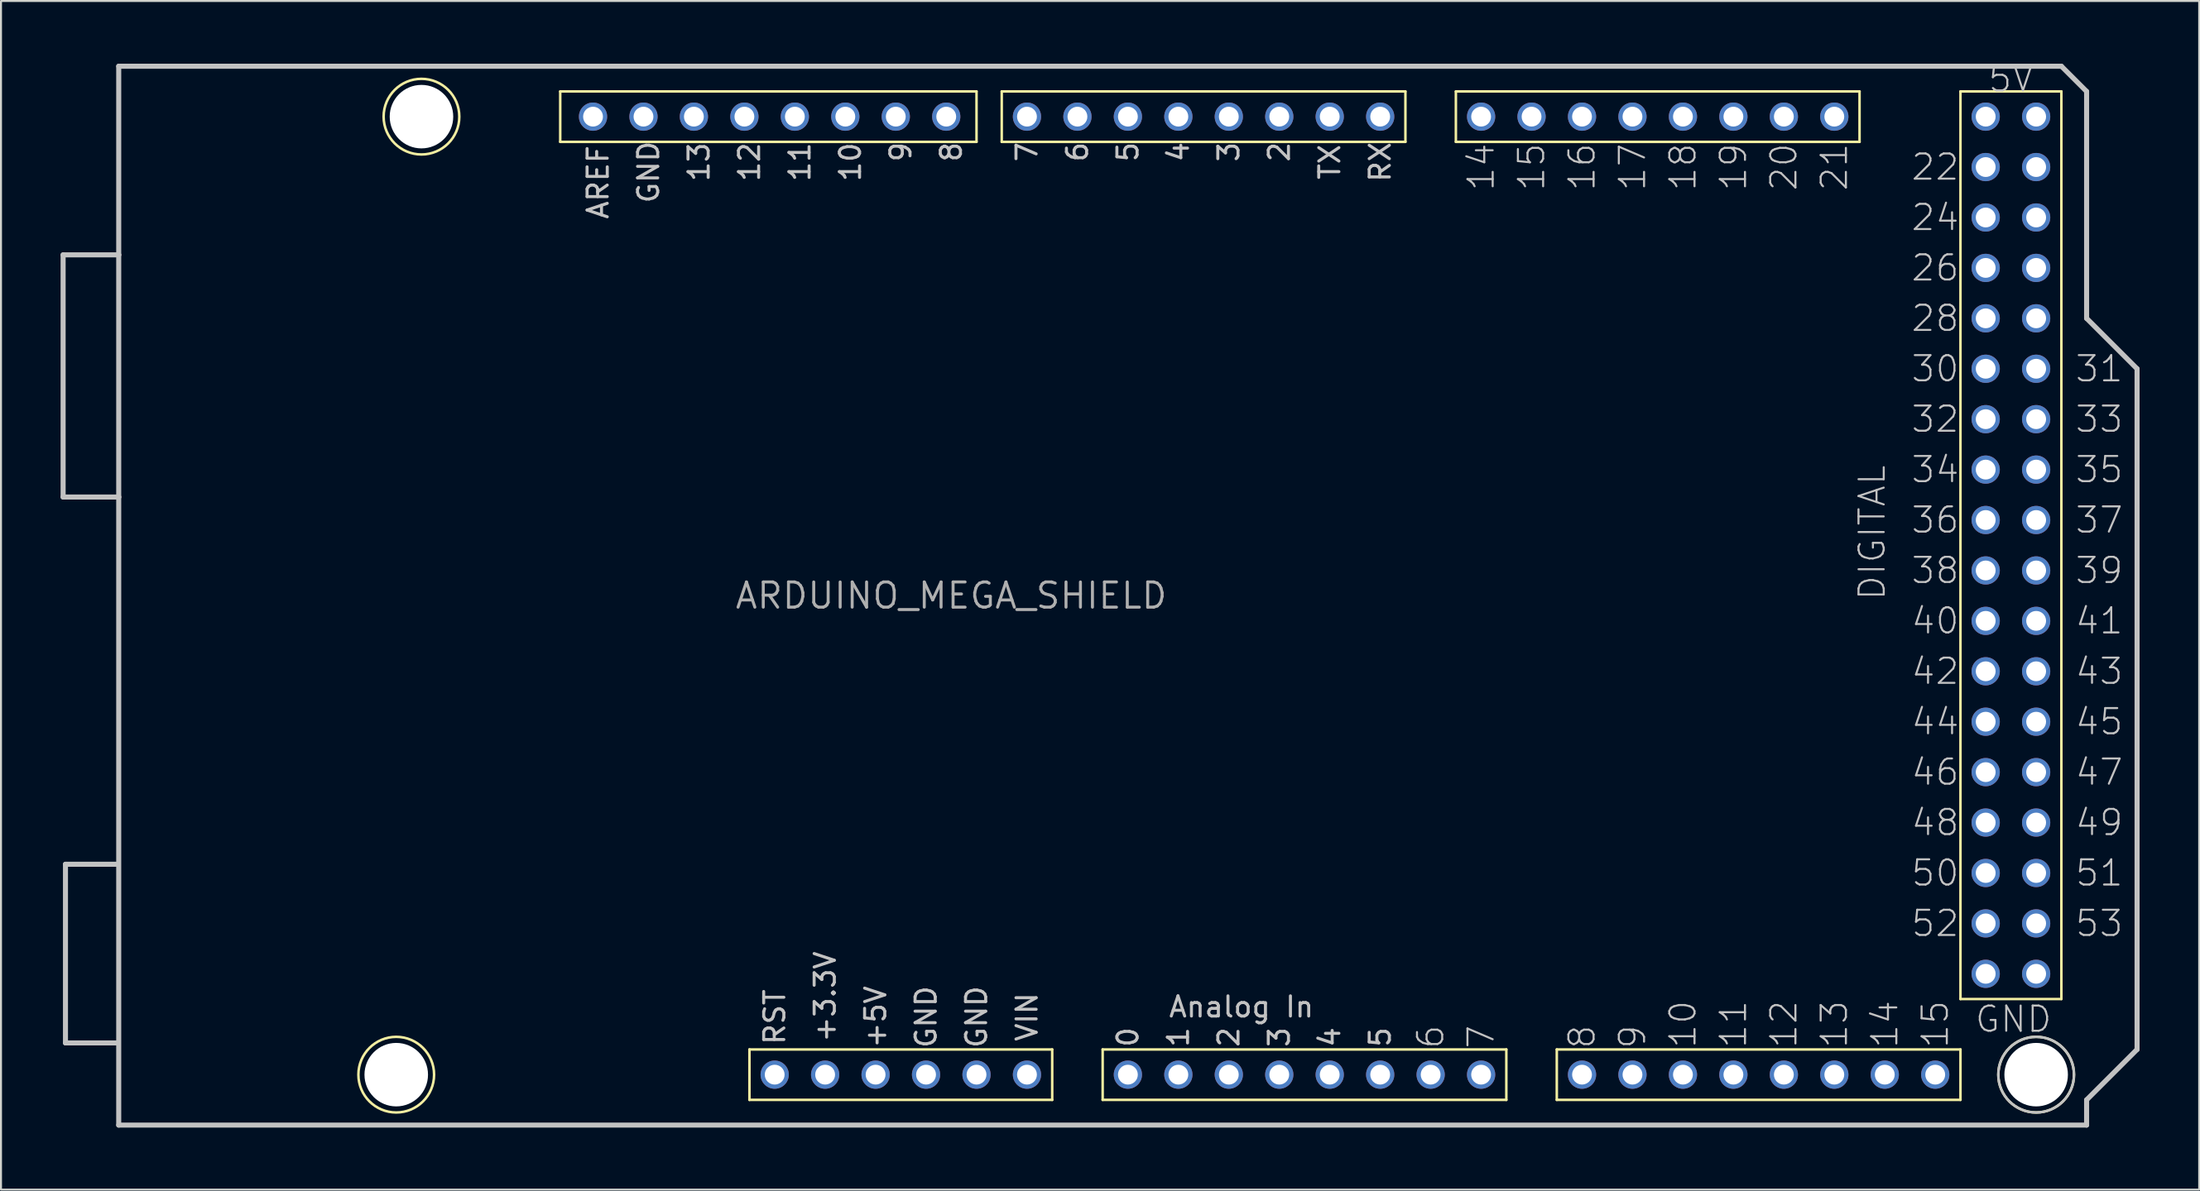
<source format=kicad_pcb>
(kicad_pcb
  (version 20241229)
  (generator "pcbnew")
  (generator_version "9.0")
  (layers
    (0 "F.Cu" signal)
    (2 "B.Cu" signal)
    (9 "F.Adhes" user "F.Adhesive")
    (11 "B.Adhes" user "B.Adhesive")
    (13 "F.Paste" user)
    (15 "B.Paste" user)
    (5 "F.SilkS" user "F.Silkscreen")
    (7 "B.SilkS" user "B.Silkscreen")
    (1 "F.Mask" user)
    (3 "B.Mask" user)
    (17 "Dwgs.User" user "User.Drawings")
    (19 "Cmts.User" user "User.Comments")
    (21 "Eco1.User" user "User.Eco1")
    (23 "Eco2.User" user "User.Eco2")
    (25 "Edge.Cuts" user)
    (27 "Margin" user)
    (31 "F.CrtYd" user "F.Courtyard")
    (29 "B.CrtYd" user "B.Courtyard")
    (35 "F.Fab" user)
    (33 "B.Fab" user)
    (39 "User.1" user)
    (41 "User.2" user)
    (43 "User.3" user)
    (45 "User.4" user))
  (footprint "ARDUINO_MEGA_SHIELD"
    (layer "F.Cu")
    (at 2.926 53.626)
    (property "Reference" "ARDUINO_MEGA_SHIELD" (at 41.91 -26.67 0) (layer "F.Fab") (effects (font (size 1.27 1.27) (thickness 0.15))))
    (attr through_hole)
    (fp_line (start 22.225 -52.07) (end 43.18 -52.07) (stroke (width 0.127) (type solid)) (layer "F.SilkS"))
    (fp_line (start 22.225 -49.53) (end 22.225 -52.07) (stroke (width 0.127) (type solid)) (layer "F.SilkS"))
    (fp_line (start 31.75 -3.81) (end 31.75 -1.27) (stroke (width 0.127) (type solid)) (layer "F.SilkS"))
    (fp_line (start 31.75 -1.27) (end 46.99 -1.27) (stroke (width 0.127) (type solid)) (layer "F.SilkS"))
    (fp_line (start 43.18 -52.07) (end 43.18 -49.53) (stroke (width 0.127) (type solid)) (layer "F.SilkS"))
    (fp_line (start 43.18 -49.53) (end 22.225 -49.53) (stroke (width 0.127) (type solid)) (layer "F.SilkS"))
    (fp_line (start 44.45 -52.07) (end 64.77 -52.07) (stroke (width 0.127) (type solid)) (layer "F.SilkS"))
    (fp_line (start 44.45 -49.53) (end 44.45 -52.07) (stroke (width 0.127) (type solid)) (layer "F.SilkS"))
    (fp_line (start 46.99 -3.81) (end 31.75 -3.81) (stroke (width 0.127) (type solid)) (layer "F.SilkS"))
    (fp_line (start 46.99 -1.27) (end 46.99 -3.81) (stroke (width 0.127) (type solid)) (layer "F.SilkS"))
    (fp_line (start 49.53 -3.81) (end 69.85 -3.81) (stroke (width 0.127) (type solid)) (layer "F.SilkS"))
    (fp_line (start 49.53 -1.27) (end 49.53 -3.81) (stroke (width 0.127) (type solid)) (layer "F.SilkS"))
    (fp_line (start 64.77 -52.07) (end 64.77 -49.53) (stroke (width 0.127) (type solid)) (layer "F.SilkS"))
    (fp_line (start 64.77 -49.53) (end 44.45 -49.53) (stroke (width 0.127) (type solid)) (layer "F.SilkS"))
    (fp_line (start 67.31 -52.07) (end 67.31 -49.53) (stroke (width 0.127) (type solid)) (layer "F.SilkS"))
    (fp_line (start 67.31 -52.07) (end 87.63 -52.07) (stroke (width 0.127) (type solid)) (layer "F.SilkS"))
    (fp_line (start 69.85 -3.81) (end 69.85 -1.27) (stroke (width 0.127) (type solid)) (layer "F.SilkS"))
    (fp_line (start 69.85 -1.27) (end 49.53 -1.27) (stroke (width 0.127) (type solid)) (layer "F.SilkS"))
    (fp_line (start 72.39 -3.81) (end 72.39 -1.27) (stroke (width 0.127) (type solid)) (layer "F.SilkS"))
    (fp_line (start 72.39 -3.81) (end 92.71 -3.81) (stroke (width 0.127) (type solid)) (layer "F.SilkS"))
    (fp_line (start 87.63 -52.07) (end 87.63 -49.53) (stroke (width 0.127) (type solid)) (layer "F.SilkS"))
    (fp_line (start 87.63 -49.53) (end 67.31 -49.53) (stroke (width 0.127) (type solid)) (layer "F.SilkS"))
    (fp_line (start 92.71 -52.07) (end 92.71 -6.35) (stroke (width 0.127) (type solid)) (layer "F.SilkS"))
    (fp_line (start 92.71 -6.35) (end 97.79 -6.35) (stroke (width 0.127) (type solid)) (layer "F.SilkS"))
    (fp_line (start 92.71 -3.81) (end 92.71 -1.27) (stroke (width 0.127) (type solid)) (layer "F.SilkS"))
    (fp_line (start 92.71 -1.27) (end 72.39 -1.27) (stroke (width 0.127) (type solid)) (layer "F.SilkS"))
    (fp_line (start 97.79 -52.07) (end 92.71 -52.07) (stroke (width 0.127) (type solid)) (layer "F.SilkS"))
    (fp_line (start 97.79 -6.35) (end 97.79 -52.07) (stroke (width 0.127) (type solid)) (layer "F.SilkS"))
    (fp_circle (center 13.97 -2.54) (end 13.97 -4.445) (stroke (width 0.127) (type solid)) (fill no) (layer "F.SilkS"))
    (fp_circle (center 15.24 -50.8) (end 15.24 -52.705) (stroke (width 0.127) (type solid)) (fill no) (layer "F.SilkS"))
    (fp_circle (center 96.52 -2.54) (end 96.52 -4.445) (stroke (width 0.127) (type solid)) (fill no) (layer "F.SilkS"))
    (fp_line (start -2.799 -43.838) (end -2.799 -31.638) (stroke (width 0.254) (type solid)) (layer "Dwgs.User"))
    (fp_line (start -2.799 -43.838) (end 0 -43.838) (stroke (width 0.254) (type solid)) (layer "Dwgs.User"))
    (fp_line (start -2.799 -31.638) (end 0 -31.638) (stroke (width 0.254) (type solid)) (layer "Dwgs.User"))
    (fp_line (start -2.68 -13.139) (end -2.68 -4.138) (stroke (width 0.254) (type solid)) (layer "Dwgs.User"))
    (fp_line (start -2.68 -13.139) (end -0.099 -13.139) (stroke (width 0.254) (type solid)) (layer "Dwgs.User"))
    (fp_line (start -2.68 -4.138) (end -0.099 -4.138) (stroke (width 0.254) (type solid)) (layer "Dwgs.User"))
    (fp_line (start 0 -53.34) (end 0 -43.838) (stroke (width 0.254) (type solid)) (layer "Dwgs.User"))
    (fp_line (start 0 -43.838) (end 0 -31.638) (stroke (width 0.254) (type solid)) (layer "Dwgs.User"))
    (fp_line (start 0 -31.638) (end 0 0) (stroke (width 0.254) (type solid)) (layer "Dwgs.User"))
    (fp_line (start 0 0) (end 99.06 0) (stroke (width 0.254) (type solid)) (layer "Dwgs.User"))
    (fp_line (start 97.79 -53.34) (end 0 -53.34) (stroke (width 0.254) (type solid)) (layer "Dwgs.User"))
    (fp_line (start 99.06 -52.07) (end 97.79 -53.34) (stroke (width 0.254) (type solid)) (layer "Dwgs.User"))
    (fp_line (start 99.06 -40.64) (end 99.06 -52.07) (stroke (width 0.254) (type solid)) (layer "Dwgs.User"))
    (fp_line (start 99.06 -1.27) (end 101.6 -3.81) (stroke (width 0.254) (type solid)) (layer "Dwgs.User"))
    (fp_line (start 99.06 0) (end 99.06 -1.27) (stroke (width 0.254) (type solid)) (layer "Dwgs.User"))
    (fp_line (start 101.6 -38.1) (end 99.06 -40.64) (stroke (width 0.254) (type solid)) (layer "Dwgs.User"))
    (fp_line (start 101.6 -3.81) (end 101.6 -38.1) (stroke (width 0.254) (type solid)) (layer "Dwgs.User"))
    (fp_circle (center 96.52 -2.54) (end 96.52 -4.445) (stroke (width 0.127) (type solid)) (fill no) (layer "Dwgs.User"))
    (fp_text user "GND" (at 95.377 -5.334 0) (layer "Dwgs.User") (effects (font (size 1.27 1.27) (thickness 0.102))))
    (fp_text user "14" (at 68.58 -48.26 270) (layer "Dwgs.User") (effects (font (size 1.27 1.27) (thickness 0.102))))
    (fp_text user "47" (at 99.695 -17.78 0) (layer "Dwgs.User") (effects (font (size 1.27 1.27) (thickness 0.102))))
    (fp_text user "8" (at 41.91 -49.022 270) (layer "Dwgs.User") (effects (font (size 1.016 1.016) (thickness 0.152))))
    (fp_text user "11" (at 81.28 -5.08 270) (layer "Dwgs.User") (effects (font (size 1.27 1.27) (thickness 0.102))))
    (fp_text user "16" (at 73.66 -48.26 270) (layer "Dwgs.User") (effects (font (size 1.27 1.27) (thickness 0.102))))
    (fp_text user "13" (at 29.21 -48.514 270) (layer "Dwgs.User") (effects (font (size 1.016 1.016) (thickness 0.152))))
    (fp_text user "8" (at 73.66 -4.445 270) (layer "Dwgs.User") (effects (font (size 1.27 1.27) (thickness 0.102))))
    (fp_text user "6" (at 66.04 -4.445 270) (layer "Dwgs.User") (effects (font (size 1.27 1.27) (thickness 0.102))))
    (fp_text user "AREF" (at 24.13 -47.498 270) (layer "Dwgs.User") (effects (font (size 1.016 1.016) (thickness 0.152))))
    (fp_text user "RST" (at 33.02 -5.448 90) (layer "Dwgs.User") (effects (font (size 1.016 1.016) (thickness 0.152))))
    (fp_text user "33" (at 99.695 -35.56 0) (layer "Dwgs.User") (effects (font (size 1.27 1.27) (thickness 0.102))))
    (fp_text user "5" (at 63.5 -4.43 90) (layer "Dwgs.User") (effects (font (size 1.016 1.016) (thickness 0.152))))
    (fp_text user "10" (at 78.74 -5.08 270) (layer "Dwgs.User") (effects (font (size 1.27 1.27) (thickness 0.102))))
    (fp_text user "DIGITAL" (at 88.265 -29.845 90) (layer "Dwgs.User") (effects (font (size 1.27 1.27) (thickness 0.102))))
    (fp_text user "39" (at 99.695 -27.94 0) (layer "Dwgs.User") (effects (font (size 1.27 1.27) (thickness 0.102))))
    (fp_text user "GND" (at 26.67 -48.006 270) (layer "Dwgs.User") (effects (font (size 1.016 1.016) (thickness 0.152))))
    (fp_text user "+5V" (at 38.1 -5.448 90) (layer "Dwgs.User") (effects (font (size 1.016 1.016) (thickness 0.152))))
    (fp_text user "Analog In" (at 56.515 -5.956 180) (layer "Dwgs.User") (effects (font (size 1.016 1.016) (thickness 0.152))))
    (fp_text user "0" (at 50.8 -4.43 90) (layer "Dwgs.User") (effects (font (size 1.016 1.016) (thickness 0.152))))
    (fp_text user "GND" (at 43.18 -5.448 90) (layer "Dwgs.User") (effects (font (size 1.016 1.016) (thickness 0.152))))
    (fp_text user "1" (at 53.34 -4.43 90) (layer "Dwgs.User") (effects (font (size 1.016 1.016) (thickness 0.152))))
    (fp_text user "VIN" (at 45.72 -5.448 90) (layer "Dwgs.User") (effects (font (size 1.016 1.016) (thickness 0.152))))
    (fp_text user "17" (at 76.2 -48.26 270) (layer "Dwgs.User") (effects (font (size 1.27 1.27) (thickness 0.102))))
    (fp_text user "TX" (at 60.96 -48.514 270) (layer "Dwgs.User") (effects (font (size 1.016 1.016) (thickness 0.152))))
    (fp_text user "31" (at 99.695 -38.1 0) (layer "Dwgs.User") (effects (font (size 1.27 1.27) (thickness 0.102))))
    (fp_text user "22" (at 91.44 -48.26 0) (layer "Dwgs.User") (effects (font (size 1.27 1.27) (thickness 0.102))))
    (fp_text user "26" (at 91.44 -43.18 0) (layer "Dwgs.User") (effects (font (size 1.27 1.27) (thickness 0.102))))
    (fp_text user "15" (at 91.44 -5.08 270) (layer "Dwgs.User") (effects (font (size 1.27 1.27) (thickness 0.102))))
    (fp_text user "15" (at 71.12 -48.26 270) (layer "Dwgs.User") (effects (font (size 1.27 1.27) (thickness 0.102))))
    (fp_text user "41" (at 99.695 -25.4 0) (layer "Dwgs.User") (effects (font (size 1.27 1.27) (thickness 0.102))))
    (fp_text user "44" (at 91.44 -20.32 0) (layer "Dwgs.User") (effects (font (size 1.27 1.27) (thickness 0.102))))
    (fp_text user "30" (at 91.44 -38.1 0) (layer "Dwgs.User") (effects (font (size 1.27 1.27) (thickness 0.102))))
    (fp_text user "9" (at 76.2 -4.445 270) (layer "Dwgs.User") (effects (font (size 1.27 1.27) (thickness 0.102))))
    (fp_text user "10" (at 36.83 -48.514 270) (layer "Dwgs.User") (effects (font (size 1.016 1.016) (thickness 0.152))))
    (fp_text user "4" (at 60.96 -4.43 90) (layer "Dwgs.User") (effects (font (size 1.016 1.016) (thickness 0.152))))
    (fp_text user "35" (at 99.695 -33.02 0) (layer "Dwgs.User") (effects (font (size 1.27 1.27) (thickness 0.102))))
    (fp_text user "12" (at 83.82 -5.08 270) (layer "Dwgs.User") (effects (font (size 1.27 1.27) (thickness 0.102))))
    (fp_text user "40" (at 91.44 -25.4 0) (layer "Dwgs.User") (effects (font (size 1.27 1.27) (thickness 0.102))))
    (fp_text user "GND" (at 40.64 -5.448 90) (layer "Dwgs.User") (effects (font (size 1.016 1.016) (thickness 0.152))))
    (fp_text user "45" (at 99.695 -20.32 0) (layer "Dwgs.User") (effects (font (size 1.27 1.27) (thickness 0.102))))
    (fp_text user "20" (at 83.82 -48.26 270) (layer "Dwgs.User") (effects (font (size 1.27 1.27) (thickness 0.102))))
    (fp_text user "53" (at 99.695 -10.16 0) (layer "Dwgs.User") (effects (font (size 1.27 1.27) (thickness 0.102))))
    (fp_text user "13" (at 86.36 -5.08 270) (layer "Dwgs.User") (effects (font (size 1.27 1.27) (thickness 0.102))))
    (fp_text user "7" (at 45.72 -49.022 270) (layer "Dwgs.User") (effects (font (size 1.016 1.016) (thickness 0.152))))
    (fp_text user "37" (at 99.695 -30.48 0) (layer "Dwgs.User") (effects (font (size 1.27 1.27) (thickness 0.102))))
    (fp_text user "11" (at 34.29 -48.514 270) (layer "Dwgs.User") (effects (font (size 1.016 1.016) (thickness 0.152))))
    (fp_text user "46" (at 91.44 -17.78 0) (layer "Dwgs.User") (effects (font (size 1.27 1.27) (thickness 0.102))))
    (fp_text user "4" (at 53.34 -49.022 270) (layer "Dwgs.User") (effects (font (size 1.016 1.016) (thickness 0.152))))
    (fp_text user "50" (at 91.44 -12.7 0) (layer "Dwgs.User") (effects (font (size 1.27 1.27) (thickness 0.102))))
    (fp_text user "6" (at 48.26 -49.022 270) (layer "Dwgs.User") (effects (font (size 1.016 1.016) (thickness 0.152))))
    (fp_text user "34" (at 91.44 -33.02 0) (layer "Dwgs.User") (effects (font (size 1.27 1.27) (thickness 0.102))))
    (fp_text user "38" (at 91.44 -27.94 0) (layer "Dwgs.User") (effects (font (size 1.27 1.27) (thickness 0.102))))
    (fp_text user "24" (at 91.44 -45.72 0) (layer "Dwgs.User") (effects (font (size 1.27 1.27) (thickness 0.102))))
    (fp_text user "21" (at 86.36 -48.26 270) (layer "Dwgs.User") (effects (font (size 1.27 1.27) (thickness 0.102))))
    (fp_text user "49" (at 99.695 -15.24 0) (layer "Dwgs.User") (effects (font (size 1.27 1.27) (thickness 0.102))))
    (fp_text user "3" (at 58.42 -4.43 90) (layer "Dwgs.User") (effects (font (size 1.016 1.016) (thickness 0.152))))
    (fp_text user "5V" (at 95.25 -52.705 0) (layer "Dwgs.User") (effects (font (size 1.27 1.27) (thickness 0.102))))
    (fp_text user "51" (at 99.695 -12.7 0) (layer "Dwgs.User") (effects (font (size 1.27 1.27) (thickness 0.102))))
    (fp_text user "2" (at 55.88 -4.43 90) (layer "Dwgs.User") (effects (font (size 1.016 1.016) (thickness 0.152))))
    (fp_text user "5" (at 50.8 -49.022 270) (layer "Dwgs.User") (effects (font (size 1.016 1.016) (thickness 0.152))))
    (fp_text user "52" (at 91.44 -10.16 0) (layer "Dwgs.User") (effects (font (size 1.27 1.27) (thickness 0.102))))
    (fp_text user "19" (at 81.28 -48.26 270) (layer "Dwgs.User") (effects (font (size 1.27 1.27) (thickness 0.102))))
    (fp_text user "7" (at 68.58 -4.445 270) (layer "Dwgs.User") (effects (font (size 1.27 1.27) (thickness 0.102))))
    (fp_text user "36" (at 91.44 -30.48 0) (layer "Dwgs.User") (effects (font (size 1.27 1.27) (thickness 0.102))))
    (fp_text user "18" (at 78.74 -48.26 270) (layer "Dwgs.User") (effects (font (size 1.27 1.27) (thickness 0.102))))
    (fp_text user "9" (at 39.37 -49.022 270) (layer "Dwgs.User") (effects (font (size 1.016 1.016) (thickness 0.152))))
    (fp_text user "+3.3V" (at 35.56 -6.464 90) (layer "Dwgs.User") (effects (font (size 1.016 1.016) (thickness 0.152))))
    (fp_text user "28" (at 91.44 -40.64 0) (layer "Dwgs.User") (effects (font (size 1.27 1.27) (thickness 0.102))))
    (fp_text user "12" (at 31.75 -48.514 270) (layer "Dwgs.User") (effects (font (size 1.016 1.016) (thickness 0.152))))
    (fp_text user "48" (at 91.44 -15.24 0) (layer "Dwgs.User") (effects (font (size 1.27 1.27) (thickness 0.102))))
    (fp_text user "42" (at 91.44 -22.86 0) (layer "Dwgs.User") (effects (font (size 1.27 1.27) (thickness 0.102))))
    (fp_text user "2" (at 58.42 -49.022 270) (layer "Dwgs.User") (effects (font (size 1.016 1.016) (thickness 0.152))))
    (fp_text user "3" (at 55.88 -49.022 270) (layer "Dwgs.User") (effects (font (size 1.016 1.016) (thickness 0.152))))
    (fp_text user "32" (at 91.44 -35.56 0) (layer "Dwgs.User") (effects (font (size 1.27 1.27) (thickness 0.102))))
    (fp_text user "43" (at 99.695 -22.86 0) (layer "Dwgs.User") (effects (font (size 1.27 1.27) (thickness 0.102))))
    (fp_text user "14" (at 88.9 -5.08 270) (layer "Dwgs.User") (effects (font (size 1.27 1.27) (thickness 0.102))))
    (fp_text user "RX" (at 63.5 -48.514 270) (layer "Dwgs.User") (effects (font (size 1.016 1.016) (thickness 0.152))))
    (pad "" np_thru_hole circle (at 13.97 -2.54) (size 3.198 3.198) (drill 3.198) (layers "*.Cu" "*.Mask"))
    (pad "" np_thru_hole circle (at 15.24 -50.8) (size 3.198 3.198) (drill 3.198) (layers "*.Cu" "*.Mask"))
    (pad "" np_thru_hole circle (at 96.52 -2.54) (size 3.198 3.198) (drill 3.198) (layers "*.Cu" "*.Mask"))
    (pad "3.3V" thru_hole circle (at 35.56 -2.54) (size 1.422 1.422) (drill 0.998) (layers "*.Cu" "*.Paste" "*.Mask"))
    (pad "5V@0" thru_hole circle (at 38.1 -2.54) (size 1.422 1.422) (drill 0.998) (layers "*.Cu" "*.Paste" "*.Mask"))
    (pad "5V@1" thru_hole circle (at 93.98 -50.8) (size 1.422 1.422) (drill 0.998) (layers "*.Cu" "*.Paste" "*.Mask"))
    (pad "5V@2" thru_hole circle (at 96.52 -50.8) (size 1.422 1.422) (drill 0.998) (layers "*.Cu" "*.Paste" "*.Mask"))
    (pad "A0" thru_hole circle (at 50.8 -2.54) (size 1.422 1.422) (drill 0.998) (layers "*.Cu" "*.Paste" "*.Mask"))
    (pad "A1" thru_hole circle (at 53.34 -2.54) (size 1.422 1.422) (drill 0.998) (layers "*.Cu" "*.Paste" "*.Mask"))
    (pad "A2" thru_hole circle (at 55.88 -2.54) (size 1.422 1.422) (drill 0.998) (layers "*.Cu" "*.Paste" "*.Mask"))
    (pad "A3" thru_hole circle (at 58.42 -2.54) (size 1.422 1.422) (drill 0.998) (layers "*.Cu" "*.Paste" "*.Mask"))
    (pad "A4" thru_hole circle (at 60.96 -2.54) (size 1.422 1.422) (drill 0.998) (layers "*.Cu" "*.Paste" "*.Mask"))
    (pad "A5" thru_hole circle (at 63.5 -2.54) (size 1.422 1.422) (drill 0.998) (layers "*.Cu" "*.Paste" "*.Mask"))
    (pad "A6" thru_hole circle (at 66.04 -2.54) (size 1.422 1.422) (drill 0.998) (layers "*.Cu" "*.Paste" "*.Mask"))
    (pad "A7" thru_hole circle (at 68.58 -2.54) (size 1.422 1.422) (drill 0.998) (layers "*.Cu" "*.Paste" "*.Mask"))
    (pad "A8" thru_hole circle (at 73.66 -2.54) (size 1.422 1.422) (drill 0.998) (layers "*.Cu" "*.Paste" "*.Mask"))
    (pad "A9" thru_hole circle (at 76.2 -2.54) (size 1.422 1.422) (drill 0.998) (layers "*.Cu" "*.Paste" "*.Mask"))
    (pad "A10" thru_hole circle (at 78.74 -2.54) (size 1.422 1.422) (drill 0.998) (layers "*.Cu" "*.Paste" "*.Mask"))
    (pad "A11" thru_hole circle (at 81.28 -2.54) (size 1.422 1.422) (drill 0.998) (layers "*.Cu" "*.Paste" "*.Mask"))
    (pad "A12" thru_hole circle (at 83.82 -2.54) (size 1.422 1.422) (drill 0.998) (layers "*.Cu" "*.Paste" "*.Mask"))
    (pad "A13" thru_hole circle (at 86.36 -2.54) (size 1.422 1.422) (drill 0.998) (layers "*.Cu" "*.Paste" "*.Mask"))
    (pad "A14" thru_hole circle (at 88.9 -2.54) (size 1.422 1.422) (drill 0.998) (layers "*.Cu" "*.Paste" "*.Mask"))
    (pad "A15" thru_hole circle (at 91.44 -2.54) (size 1.422 1.422) (drill 0.998) (layers "*.Cu" "*.Paste" "*.Mask"))
    (pad "AREF" thru_hole circle (at 23.876 -50.8) (size 1.422 1.422) (drill 0.998) (layers "*.Cu" "*.Paste" "*.Mask"))
    (pad "D2" thru_hole circle (at 58.42 -50.8) (size 1.422 1.422) (drill 0.998) (layers "*.Cu" "*.Paste" "*.Mask"))
    (pad "D3" thru_hole circle (at 55.88 -50.8) (size 1.422 1.422) (drill 0.998) (layers "*.Cu" "*.Paste" "*.Mask"))
    (pad "D4" thru_hole circle (at 53.34 -50.8) (size 1.422 1.422) (drill 0.998) (layers "*.Cu" "*.Paste" "*.Mask"))
    (pad "D5" thru_hole circle (at 50.8 -50.8) (size 1.422 1.422) (drill 0.998) (layers "*.Cu" "*.Paste" "*.Mask"))
    (pad "D6" thru_hole circle (at 48.26 -50.8) (size 1.422 1.422) (drill 0.998) (layers "*.Cu" "*.Paste" "*.Mask"))
    (pad "D7" thru_hole circle (at 45.72 -50.8) (size 1.422 1.422) (drill 0.998) (layers "*.Cu" "*.Paste" "*.Mask"))
    (pad "D8" thru_hole circle (at 41.656 -50.8) (size 1.422 1.422) (drill 0.998) (layers "*.Cu" "*.Paste" "*.Mask"))
    (pad "D9" thru_hole circle (at 39.116 -50.8) (size 1.422 1.422) (drill 0.998) (layers "*.Cu" "*.Paste" "*.Mask"))
    (pad "D10" thru_hole circle (at 36.576 -50.8) (size 1.422 1.422) (drill 0.998) (layers "*.Cu" "*.Paste" "*.Mask"))
    (pad "D11" thru_hole circle (at 34.036 -50.8) (size 1.422 1.422) (drill 0.998) (layers "*.Cu" "*.Paste" "*.Mask"))
    (pad "D12" thru_hole circle (at 31.496 -50.8) (size 1.422 1.422) (drill 0.998) (layers "*.Cu" "*.Paste" "*.Mask"))
    (pad "D13" thru_hole circle (at 28.953 -50.8) (size 1.422 1.422) (drill 0.998) (layers "*.Cu" "*.Paste" "*.Mask"))
    (pad "D14" thru_hole circle (at 68.58 -50.8) (size 1.422 1.422) (drill 0.998) (layers "*.Cu" "*.Paste" "*.Mask"))
    (pad "D15" thru_hole circle (at 71.12 -50.8) (size 1.422 1.422) (drill 0.998) (layers "*.Cu" "*.Paste" "*.Mask"))
    (pad "D16" thru_hole circle (at 73.66 -50.8) (size 1.422 1.422) (drill 0.998) (layers "*.Cu" "*.Paste" "*.Mask"))
    (pad "D17" thru_hole circle (at 76.2 -50.8) (size 1.422 1.422) (drill 0.998) (layers "*.Cu" "*.Paste" "*.Mask"))
    (pad "D18" thru_hole circle (at 78.74 -50.8) (size 1.422 1.422) (drill 0.998) (layers "*.Cu" "*.Paste" "*.Mask"))
    (pad "D19" thru_hole circle (at 81.28 -50.8) (size 1.422 1.422) (drill 0.998) (layers "*.Cu" "*.Paste" "*.Mask"))
    (pad "D20" thru_hole circle (at 83.82 -50.8) (size 1.422 1.422) (drill 0.998) (layers "*.Cu" "*.Paste" "*.Mask"))
    (pad "D21" thru_hole circle (at 86.36 -50.8) (size 1.422 1.422) (drill 0.998) (layers "*.Cu" "*.Paste" "*.Mask"))
    (pad "D22" thru_hole circle (at 93.98 -48.26) (size 1.422 1.422) (drill 0.998) (layers "*.Cu" "*.Paste" "*.Mask"))
    (pad "D23" thru_hole circle (at 96.52 -48.26) (size 1.422 1.422) (drill 0.998) (layers "*.Cu" "*.Paste" "*.Mask"))
    (pad "D24" thru_hole circle (at 93.98 -45.72) (size 1.422 1.422) (drill 0.998) (layers "*.Cu" "*.Paste" "*.Mask"))
    (pad "D25" thru_hole circle (at 96.52 -45.72) (size 1.422 1.422) (drill 0.998) (layers "*.Cu" "*.Paste" "*.Mask"))
    (pad "D26" thru_hole circle (at 93.98 -43.18) (size 1.422 1.422) (drill 0.998) (layers "*.Cu" "*.Paste" "*.Mask"))
    (pad "D27" thru_hole circle (at 96.52 -43.18) (size 1.422 1.422) (drill 0.998) (layers "*.Cu" "*.Paste" "*.Mask"))
    (pad "D28" thru_hole circle (at 93.98 -40.64) (size 1.422 1.422) (drill 0.998) (layers "*.Cu" "*.Paste" "*.Mask"))
    (pad "D29" thru_hole circle (at 96.52 -40.64) (size 1.422 1.422) (drill 0.998) (layers "*.Cu" "*.Paste" "*.Mask"))
    (pad "D30" thru_hole circle (at 93.98 -38.1) (size 1.422 1.422) (drill 0.998) (layers "*.Cu" "*.Paste" "*.Mask"))
    (pad "D31" thru_hole circle (at 96.52 -38.1) (size 1.422 1.422) (drill 0.998) (layers "*.Cu" "*.Paste" "*.Mask"))
    (pad "D32" thru_hole circle (at 93.98 -35.56) (size 1.422 1.422) (drill 0.998) (layers "*.Cu" "*.Paste" "*.Mask"))
    (pad "D33" thru_hole circle (at 96.52 -35.56) (size 1.422 1.422) (drill 0.998) (layers "*.Cu" "*.Paste" "*.Mask"))
    (pad "D34" thru_hole circle (at 93.98 -33.02) (size 1.422 1.422) (drill 0.998) (layers "*.Cu" "*.Paste" "*.Mask"))
    (pad "D35" thru_hole circle (at 96.52 -33.02) (size 1.422 1.422) (drill 0.998) (layers "*.Cu" "*.Paste" "*.Mask"))
    (pad "D36" thru_hole circle (at 93.98 -30.48) (size 1.422 1.422) (drill 0.998) (layers "*.Cu" "*.Paste" "*.Mask"))
    (pad "D37" thru_hole circle (at 96.52 -30.48) (size 1.422 1.422) (drill 0.998) (layers "*.Cu" "*.Paste" "*.Mask"))
    (pad "D38" thru_hole circle (at 93.98 -27.94) (size 1.422 1.422) (drill 0.998) (layers "*.Cu" "*.Paste" "*.Mask"))
    (pad "D39" thru_hole circle (at 96.52 -27.94) (size 1.422 1.422) (drill 0.998) (layers "*.Cu" "*.Paste" "*.Mask"))
    (pad "D40" thru_hole circle (at 93.98 -25.4) (size 1.422 1.422) (drill 0.998) (layers "*.Cu" "*.Paste" "*.Mask"))
    (pad "D41" thru_hole circle (at 96.52 -25.4) (size 1.422 1.422) (drill 0.998) (layers "*.Cu" "*.Paste" "*.Mask"))
    (pad "D42" thru_hole circle (at 93.98 -22.86) (size 1.422 1.422) (drill 0.998) (layers "*.Cu" "*.Paste" "*.Mask"))
    (pad "D43" thru_hole circle (at 96.52 -22.86) (size 1.422 1.422) (drill 0.998) (layers "*.Cu" "*.Paste" "*.Mask"))
    (pad "D44" thru_hole circle (at 93.98 -20.32) (size 1.422 1.422) (drill 0.998) (layers "*.Cu" "*.Paste" "*.Mask"))
    (pad "D45" thru_hole circle (at 96.52 -20.32) (size 1.422 1.422) (drill 0.998) (layers "*.Cu" "*.Paste" "*.Mask"))
    (pad "D46" thru_hole circle (at 93.98 -17.78) (size 1.422 1.422) (drill 0.998) (layers "*.Cu" "*.Paste" "*.Mask"))
    (pad "D47" thru_hole circle (at 96.52 -17.78) (size 1.422 1.422) (drill 0.998) (layers "*.Cu" "*.Paste" "*.Mask"))
    (pad "D48" thru_hole circle (at 93.98 -15.24) (size 1.422 1.422) (drill 0.998) (layers "*.Cu" "*.Paste" "*.Mask"))
    (pad "D49" thru_hole circle (at 96.52 -15.24) (size 1.422 1.422) (drill 0.998) (layers "*.Cu" "*.Paste" "*.Mask"))
    (pad "D50" thru_hole circle (at 93.98 -12.7) (size 1.422 1.422) (drill 0.998) (layers "*.Cu" "*.Paste" "*.Mask"))
    (pad "D51" thru_hole circle (at 96.52 -12.7) (size 1.422 1.422) (drill 0.998) (layers "*.Cu" "*.Paste" "*.Mask"))
    (pad "D52" thru_hole circle (at 93.98 -10.16) (size 1.422 1.422) (drill 0.998) (layers "*.Cu" "*.Paste" "*.Mask"))
    (pad "D53" thru_hole circle (at 96.52 -10.16) (size 1.422 1.422) (drill 0.998) (layers "*.Cu" "*.Paste" "*.Mask"))
    (pad "GND@0" thru_hole circle (at 40.64 -2.54) (size 1.422 1.422) (drill 0.998) (layers "*.Cu" "*.Paste" "*.Mask"))
    (pad "GND@1" thru_hole circle (at 43.18 -2.54) (size 1.422 1.422) (drill 0.998) (layers "*.Cu" "*.Paste" "*.Mask"))
    (pad "GND@2" thru_hole circle (at 26.416 -50.8) (size 1.422 1.422) (drill 0.998) (layers "*.Cu" "*.Paste" "*.Mask"))
    (pad "GND@3" thru_hole circle (at 93.98 -7.62) (size 1.422 1.422) (drill 0.998) (layers "*.Cu" "*.Paste" "*.Mask"))
    (pad "GND@4" thru_hole circle (at 96.52 -7.62) (size 1.422 1.422) (drill 0.998) (layers "*.Cu" "*.Paste" "*.Mask"))
    (pad "RES" thru_hole circle (at 33.02 -2.54) (size 1.422 1.422) (drill 0.998) (layers "*.Cu" "*.Paste" "*.Mask"))
    (pad "RX" thru_hole circle (at 63.5 -50.8) (size 1.422 1.422) (drill 0.998) (layers "*.Cu" "*.Paste" "*.Mask"))
    (pad "TX" thru_hole circle (at 60.96 -50.8) (size 1.422 1.422) (drill 0.998) (layers "*.Cu" "*.Paste" "*.Mask"))
    (pad "VIN" thru_hole circle (at 45.72 -2.54) (size 1.422 1.422) (drill 0.998) (layers "*.Cu" "*.Paste" "*.Mask")))
  (gr_rect
    (start -3 -3)
    (end 107.653 56.876)
    (stroke (width 0.1) (type default))
    (fill no)
    (layer "Edge.Cuts")))
</source>
